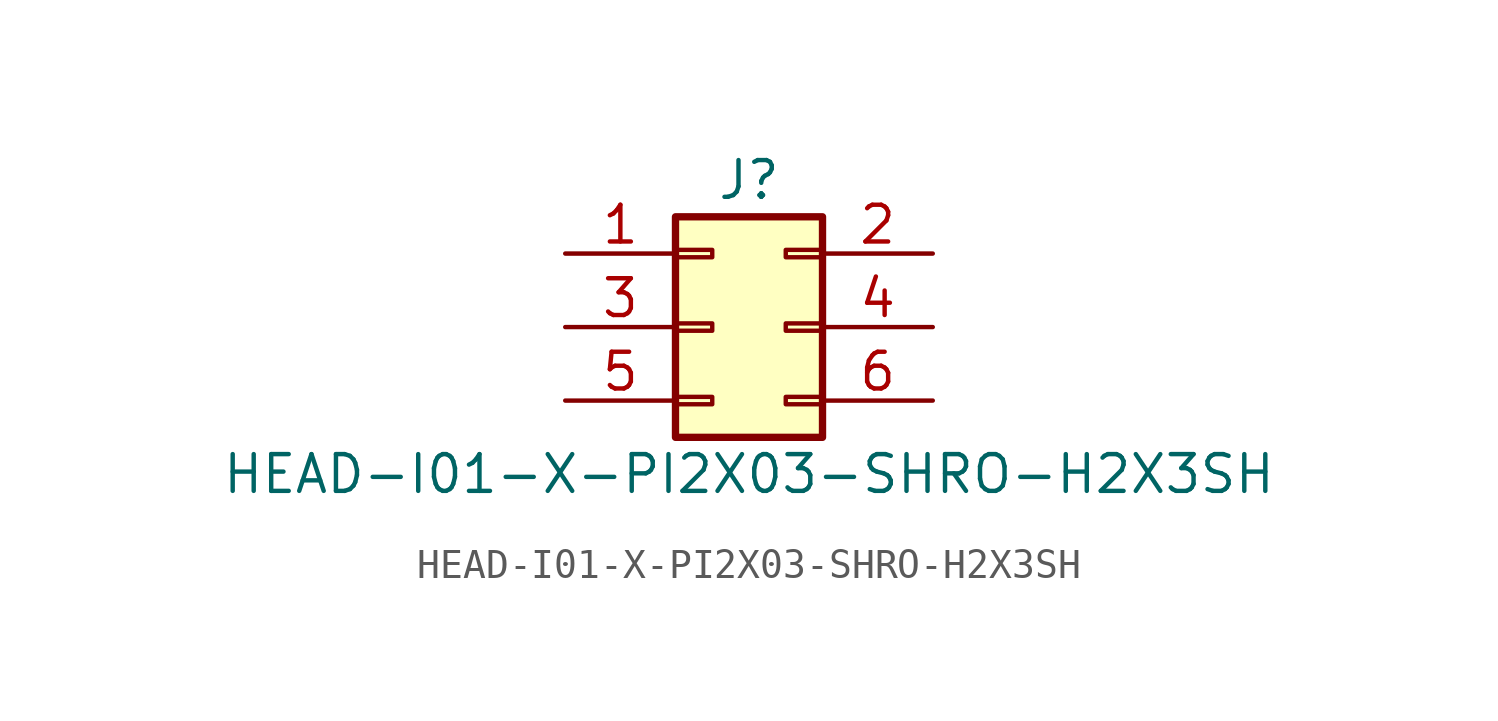
<source format=kicad_sym>
(kicad_symbol_lib
  (version 20211014)
  (generator kicad_symbol_editor)
  (symbol "HEAD-I01-X-PI2X03-SHRO-H2X3SH"
    (pin_names
      (offset 1.016) hide)
    (property "Reference" "J"
      (at 1.27 5.08 0)
      (effects (font (size 1.27 1.27))))
    (property "Value" "HEAD-I01-X-PI2X03-SHRO-H2X3SH"
      (at 1.27 -5.08 0)
      (effects (font (size 1.27 1.27))))
    (symbol "HEAD-I01-X-PI2X03-SHRO-H2X3SH_1_1"
      (rectangle (start -1.27 -2.413) (end 0 -2.667) (stroke (width 0.152) (type default) (color 0 0 0 0)) (fill (type none)))
      (rectangle (start -1.27 0.127) (end 0 -0.127) (stroke (width 0.152) (type default) (color 0 0 0 0)) (fill (type none)))
      (rectangle (start -1.27 2.667) (end 0 2.413) (stroke (width 0.152) (type default) (color 0 0 0 0)) (fill (type none)))
      (rectangle (start -1.27 3.81) (end 3.81 -3.81) (stroke (width 0.254) (type default) (color 0 0 0 0)) (fill (type background)))
      (rectangle (start 3.81 -2.413) (end 2.54 -2.667) (stroke (width 0.152) (type default) (color 0 0 0 0)) (fill (type none)))
      (rectangle (start 3.81 0.127) (end 2.54 -0.127) (stroke (width 0.152) (type default) (color 0 0 0 0)) (fill (type none)))
      (rectangle (start 3.81 2.667) (end 2.54 2.413) (stroke (width 0.152) (type default) (color 0 0 0 0)) (fill (type none)))
      (pin passive line (at -5.08 2.54 0) (length 3.81) (name "Pin_1" (effects (font (size 1.27 1.27)))) (number "1" (effects (font (size 1.27 1.27)))))
      (pin passive line (at 7.62 2.54 180) (length 3.81) (name "Pin_2" (effects (font (size 1.27 1.27)))) (number "2" (effects (font (size 1.27 1.27)))))
      (pin passive line (at -5.08 0 0) (length 3.81) (name "Pin_3" (effects (font (size 1.27 1.27)))) (number "3" (effects (font (size 1.27 1.27)))))
      (pin passive line (at 7.62 0 180) (length 3.81) (name "Pin_4" (effects (font (size 1.27 1.27)))) (number "4" (effects (font (size 1.27 1.27)))))
      (pin passive line (at -5.08 -2.54 0) (length 3.81) (name "Pin_5" (effects (font (size 1.27 1.27)))) (number "5" (effects (font (size 1.27 1.27)))))
      (pin passive line (at 7.62 -2.54 180) (length 3.81) (name "Pin_6" (effects (font (size 1.27 1.27)))) (number "6" (effects (font (size 1.27 1.27))))))))
</source>
